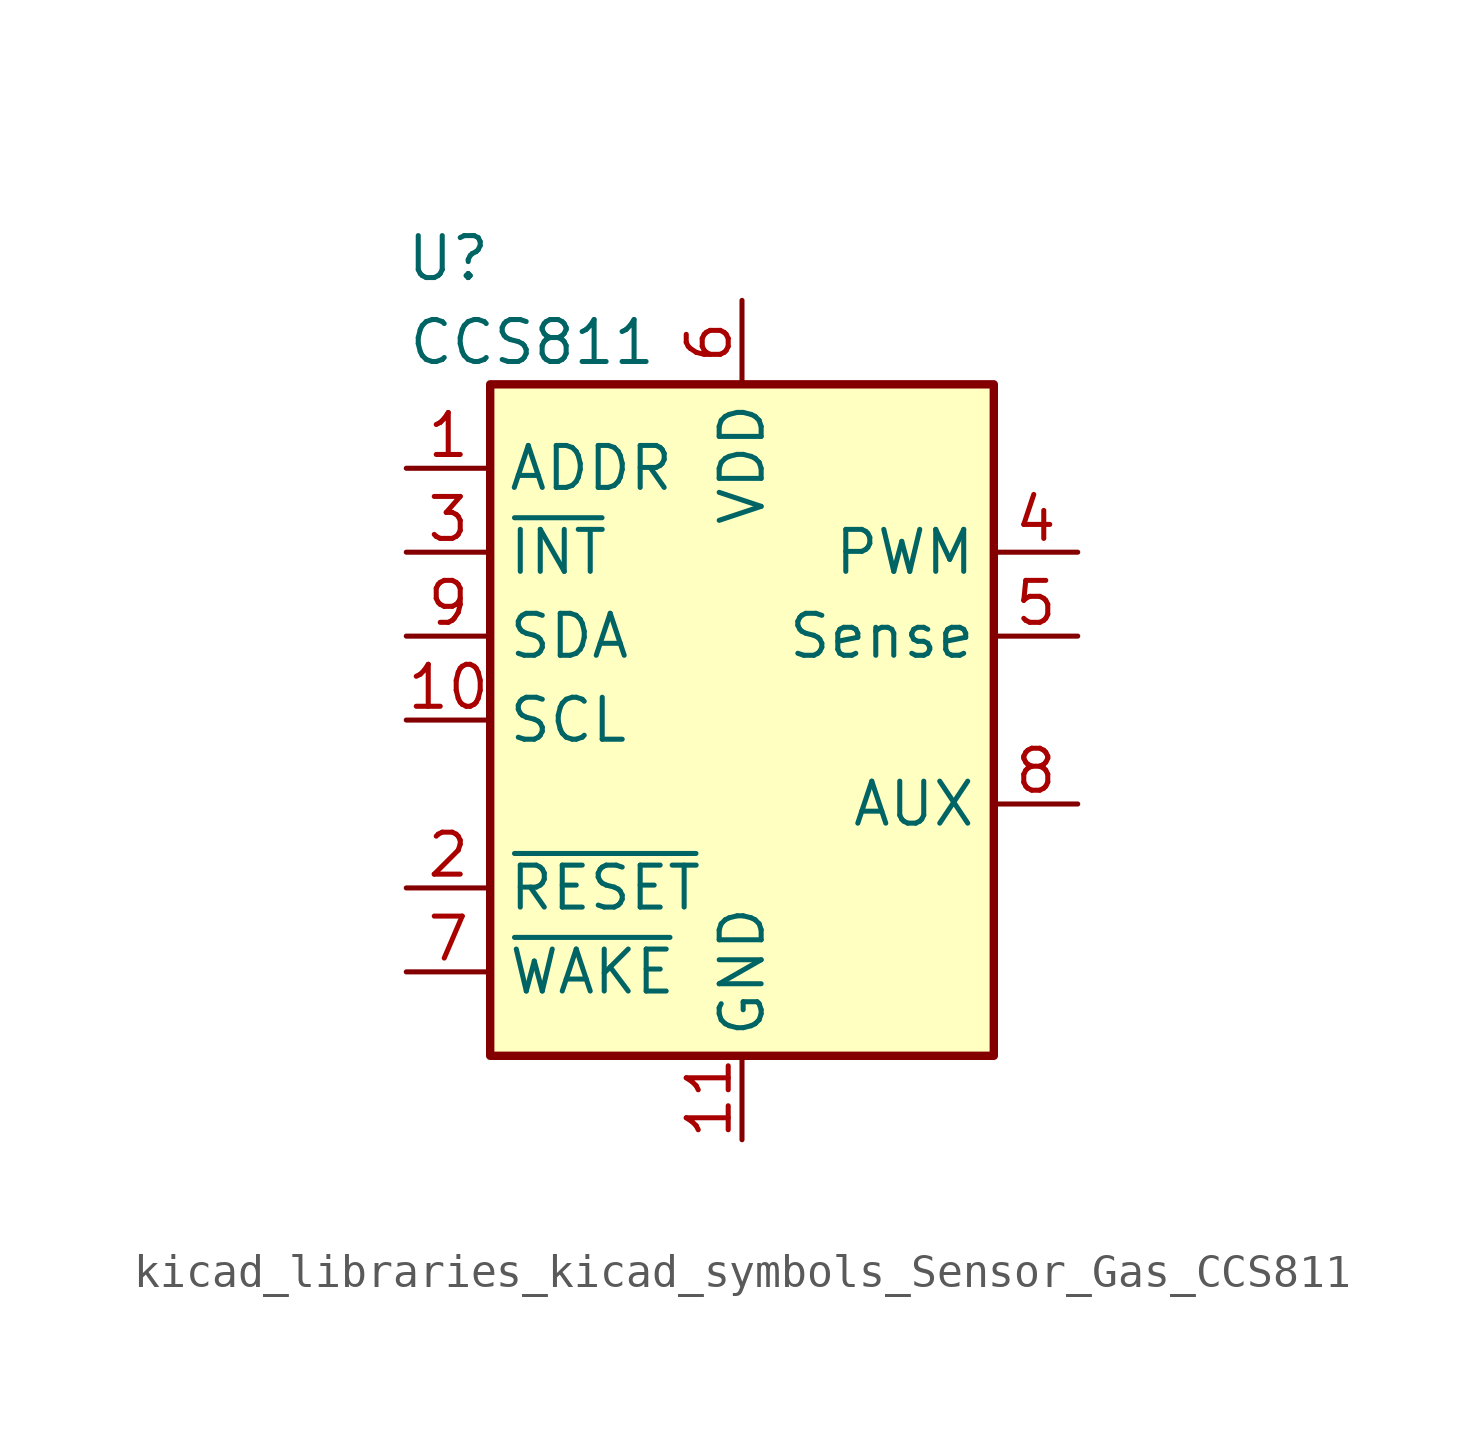
<source format=kicad_sym>
(kicad_symbol_lib
  (version 20220914)
  (generator kicad_symbol_editor)
  (symbol "kicad_libraries_kicad_symbols_Sensor_Gas_CCS811"
    (property "Reference" "U"
      (at -8.89 13.97 0)
      (effects (font (size 1.27 1.27))))
    (property "Value" "CCS811"
      (at -6.35 11.43 0)
      (effects (font (size 1.27 1.27))))
    (symbol "kicad_libraries_kicad_symbols_Sensor_Gas_CCS811_0_1"
      (rectangle (start -7.62 10.16) (end 7.62 -10.16) (stroke (width 0.254) (type default)) (fill (type background))))
    (symbol "kicad_libraries_kicad_symbols_Sensor_Gas_CCS811_1_1"
      (pin input line (at -10.16 7.62 0) (length 2.54) (name "ADDR" (effects (font (size 1.27 1.27)))) (number "1" (effects (font (size 1.27 1.27)))))
      (pin input line (at -10.16 0 0) (length 2.54) (name "SCL" (effects (font (size 1.27 1.27)))) (number "10" (effects (font (size 1.27 1.27)))))
      (pin power_in line (at 0 -12.7 90) (length 2.54) (name "GND" (effects (font (size 1.27 1.27)))) (number "11" (effects (font (size 1.27 1.27)))))
      (pin input line (at -10.16 -5.08 0) (length 2.54) (name "~{RESET}" (effects (font (size 1.27 1.27)))) (number "2" (effects (font (size 1.27 1.27)))))
      (pin output line (at -10.16 5.08 0) (length 2.54) (name "~{INT}" (effects (font (size 1.27 1.27)))) (number "3" (effects (font (size 1.27 1.27)))))
      (pin output line (at 10.16 5.08 180) (length 2.54) (name "PWM" (effects (font (size 1.27 1.27)))) (number "4" (effects (font (size 1.27 1.27)))))
      (pin bidirectional line (at 10.16 2.54 180) (length 2.54) (name "Sense" (effects (font (size 1.27 1.27)))) (number "5" (effects (font (size 1.27 1.27)))))
      (pin power_in line (at 0 12.7 270) (length 2.54) (name "VDD" (effects (font (size 1.27 1.27)))) (number "6" (effects (font (size 1.27 1.27)))))
      (pin input line (at -10.16 -7.62 0) (length 2.54) (name "~{WAKE}" (effects (font (size 1.27 1.27)))) (number "7" (effects (font (size 1.27 1.27)))))
      (pin input line (at 10.16 -2.54 180) (length 2.54) (name "AUX" (effects (font (size 1.27 1.27)))) (number "8" (effects (font (size 1.27 1.27)))))
      (pin bidirectional line (at -10.16 2.54 0) (length 2.54) (name "SDA" (effects (font (size 1.27 1.27)))) (number "9" (effects (font (size 1.27 1.27))))))))
</source>
